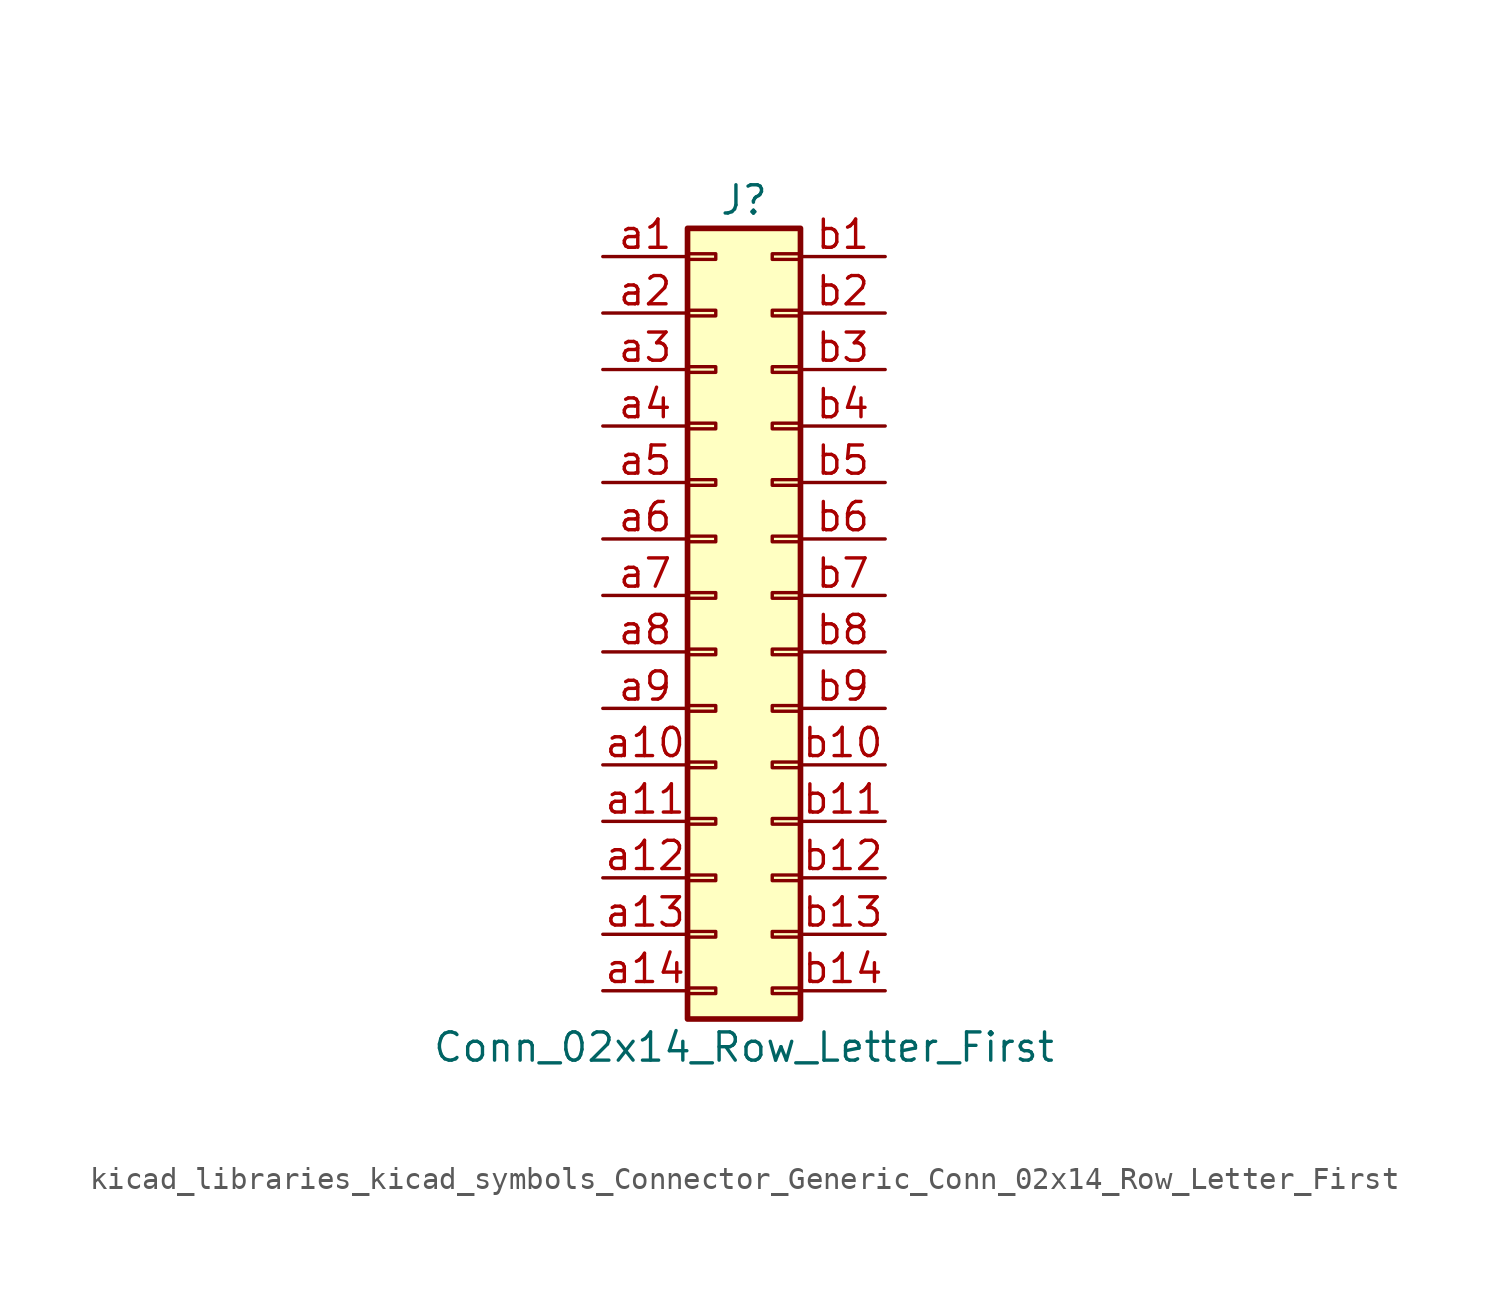
<source format=kicad_sym>
(kicad_symbol_lib
  (version 20220914)
  (generator kicad_symbol_editor)
  (symbol "kicad_libraries_kicad_symbols_Connector_Generic_Conn_02x14_Row_Letter_First"
    (pin_names
      (offset 1.016) hide)
    (property "Reference" "J"
      (at 1.27 17.78 0)
      (effects (font (size 1.27 1.27))))
    (property "Value" "Conn_02x14_Row_Letter_First"
      (at 1.27 -20.32 0)
      (effects (font (size 1.27 1.27))))
    (symbol "kicad_libraries_kicad_symbols_Connector_Generic_Conn_02x14_Row_Letter_First_1_1"
      (rectangle (start -1.27 -17.653) (end 0 -17.907) (stroke (width 0.152) (type default)) (fill (type none)))
      (rectangle (start -1.27 -15.113) (end 0 -15.367) (stroke (width 0.152) (type default)) (fill (type none)))
      (rectangle (start -1.27 -12.573) (end 0 -12.827) (stroke (width 0.152) (type default)) (fill (type none)))
      (rectangle (start -1.27 -10.033) (end 0 -10.287) (stroke (width 0.152) (type default)) (fill (type none)))
      (rectangle (start -1.27 -7.493) (end 0 -7.747) (stroke (width 0.152) (type default)) (fill (type none)))
      (rectangle (start -1.27 -4.953) (end 0 -5.207) (stroke (width 0.152) (type default)) (fill (type none)))
      (rectangle (start -1.27 -2.413) (end 0 -2.667) (stroke (width 0.152) (type default)) (fill (type none)))
      (rectangle (start -1.27 0.127) (end 0 -0.127) (stroke (width 0.152) (type default)) (fill (type none)))
      (rectangle (start -1.27 2.667) (end 0 2.413) (stroke (width 0.152) (type default)) (fill (type none)))
      (rectangle (start -1.27 5.207) (end 0 4.953) (stroke (width 0.152) (type default)) (fill (type none)))
      (rectangle (start -1.27 7.747) (end 0 7.493) (stroke (width 0.152) (type default)) (fill (type none)))
      (rectangle (start -1.27 10.287) (end 0 10.033) (stroke (width 0.152) (type default)) (fill (type none)))
      (rectangle (start -1.27 12.827) (end 0 12.573) (stroke (width 0.152) (type default)) (fill (type none)))
      (rectangle (start -1.27 15.367) (end 0 15.113) (stroke (width 0.152) (type default)) (fill (type none)))
      (rectangle (start -1.27 16.51) (end 3.81 -19.05) (stroke (width 0.254) (type default)) (fill (type background)))
      (rectangle (start 3.81 -17.653) (end 2.54 -17.907) (stroke (width 0.152) (type default)) (fill (type none)))
      (rectangle (start 3.81 -15.113) (end 2.54 -15.367) (stroke (width 0.152) (type default)) (fill (type none)))
      (rectangle (start 3.81 -12.573) (end 2.54 -12.827) (stroke (width 0.152) (type default)) (fill (type none)))
      (rectangle (start 3.81 -10.033) (end 2.54 -10.287) (stroke (width 0.152) (type default)) (fill (type none)))
      (rectangle (start 3.81 -7.493) (end 2.54 -7.747) (stroke (width 0.152) (type default)) (fill (type none)))
      (rectangle (start 3.81 -4.953) (end 2.54 -5.207) (stroke (width 0.152) (type default)) (fill (type none)))
      (rectangle (start 3.81 -2.413) (end 2.54 -2.667) (stroke (width 0.152) (type default)) (fill (type none)))
      (rectangle (start 3.81 0.127) (end 2.54 -0.127) (stroke (width 0.152) (type default)) (fill (type none)))
      (rectangle (start 3.81 2.667) (end 2.54 2.413) (stroke (width 0.152) (type default)) (fill (type none)))
      (rectangle (start 3.81 5.207) (end 2.54 4.953) (stroke (width 0.152) (type default)) (fill (type none)))
      (rectangle (start 3.81 7.747) (end 2.54 7.493) (stroke (width 0.152) (type default)) (fill (type none)))
      (rectangle (start 3.81 10.287) (end 2.54 10.033) (stroke (width 0.152) (type default)) (fill (type none)))
      (rectangle (start 3.81 12.827) (end 2.54 12.573) (stroke (width 0.152) (type default)) (fill (type none)))
      (rectangle (start 3.81 15.367) (end 2.54 15.113) (stroke (width 0.152) (type default)) (fill (type none)))
      (pin passive line (at -5.08 15.24 0) (length 3.81) (name "Pin_a1" (effects (font (size 1.27 1.27)))) (number "a1" (effects (font (size 1.27 1.27)))))
      (pin passive line (at -5.08 -7.62 0) (length 3.81) (name "Pin_a10" (effects (font (size 1.27 1.27)))) (number "a10" (effects (font (size 1.27 1.27)))))
      (pin passive line (at -5.08 -10.16 0) (length 3.81) (name "Pin_a11" (effects (font (size 1.27 1.27)))) (number "a11" (effects (font (size 1.27 1.27)))))
      (pin passive line (at -5.08 -12.7 0) (length 3.81) (name "Pin_a12" (effects (font (size 1.27 1.27)))) (number "a12" (effects (font (size 1.27 1.27)))))
      (pin passive line (at -5.08 -15.24 0) (length 3.81) (name "Pin_a13" (effects (font (size 1.27 1.27)))) (number "a13" (effects (font (size 1.27 1.27)))))
      (pin passive line (at -5.08 -17.78 0) (length 3.81) (name "Pin_a14" (effects (font (size 1.27 1.27)))) (number "a14" (effects (font (size 1.27 1.27)))))
      (pin passive line (at -5.08 12.7 0) (length 3.81) (name "Pin_a2" (effects (font (size 1.27 1.27)))) (number "a2" (effects (font (size 1.27 1.27)))))
      (pin passive line (at -5.08 10.16 0) (length 3.81) (name "Pin_a3" (effects (font (size 1.27 1.27)))) (number "a3" (effects (font (size 1.27 1.27)))))
      (pin passive line (at -5.08 7.62 0) (length 3.81) (name "Pin_a4" (effects (font (size 1.27 1.27)))) (number "a4" (effects (font (size 1.27 1.27)))))
      (pin passive line (at -5.08 5.08 0) (length 3.81) (name "Pin_a5" (effects (font (size 1.27 1.27)))) (number "a5" (effects (font (size 1.27 1.27)))))
      (pin passive line (at -5.08 2.54 0) (length 3.81) (name "Pin_a6" (effects (font (size 1.27 1.27)))) (number "a6" (effects (font (size 1.27 1.27)))))
      (pin passive line (at -5.08 0 0) (length 3.81) (name "Pin_a7" (effects (font (size 1.27 1.27)))) (number "a7" (effects (font (size 1.27 1.27)))))
      (pin passive line (at -5.08 -2.54 0) (length 3.81) (name "Pin_a8" (effects (font (size 1.27 1.27)))) (number "a8" (effects (font (size 1.27 1.27)))))
      (pin passive line (at -5.08 -5.08 0) (length 3.81) (name "Pin_a9" (effects (font (size 1.27 1.27)))) (number "a9" (effects (font (size 1.27 1.27)))))
      (pin passive line (at 7.62 15.24 180) (length 3.81) (name "Pin_b1" (effects (font (size 1.27 1.27)))) (number "b1" (effects (font (size 1.27 1.27)))))
      (pin passive line (at 7.62 -7.62 180) (length 3.81) (name "Pin_b10" (effects (font (size 1.27 1.27)))) (number "b10" (effects (font (size 1.27 1.27)))))
      (pin passive line (at 7.62 -10.16 180) (length 3.81) (name "Pin_b11" (effects (font (size 1.27 1.27)))) (number "b11" (effects (font (size 1.27 1.27)))))
      (pin passive line (at 7.62 -12.7 180) (length 3.81) (name "Pin_b12" (effects (font (size 1.27 1.27)))) (number "b12" (effects (font (size 1.27 1.27)))))
      (pin passive line (at 7.62 -15.24 180) (length 3.81) (name "Pin_b13" (effects (font (size 1.27 1.27)))) (number "b13" (effects (font (size 1.27 1.27)))))
      (pin passive line (at 7.62 -17.78 180) (length 3.81) (name "Pin_b14" (effects (font (size 1.27 1.27)))) (number "b14" (effects (font (size 1.27 1.27)))))
      (pin passive line (at 7.62 12.7 180) (length 3.81) (name "Pin_b2" (effects (font (size 1.27 1.27)))) (number "b2" (effects (font (size 1.27 1.27)))))
      (pin passive line (at 7.62 10.16 180) (length 3.81) (name "Pin_b3" (effects (font (size 1.27 1.27)))) (number "b3" (effects (font (size 1.27 1.27)))))
      (pin passive line (at 7.62 7.62 180) (length 3.81) (name "Pin_b4" (effects (font (size 1.27 1.27)))) (number "b4" (effects (font (size 1.27 1.27)))))
      (pin passive line (at 7.62 5.08 180) (length 3.81) (name "Pin_b5" (effects (font (size 1.27 1.27)))) (number "b5" (effects (font (size 1.27 1.27)))))
      (pin passive line (at 7.62 2.54 180) (length 3.81) (name "Pin_b6" (effects (font (size 1.27 1.27)))) (number "b6" (effects (font (size 1.27 1.27)))))
      (pin passive line (at 7.62 0 180) (length 3.81) (name "Pin_b7" (effects (font (size 1.27 1.27)))) (number "b7" (effects (font (size 1.27 1.27)))))
      (pin passive line (at 7.62 -2.54 180) (length 3.81) (name "Pin_b8" (effects (font (size 1.27 1.27)))) (number "b8" (effects (font (size 1.27 1.27)))))
      (pin passive line (at 7.62 -5.08 180) (length 3.81) (name "Pin_b9" (effects (font (size 1.27 1.27)))) (number "b9" (effects (font (size 1.27 1.27))))))))
</source>
